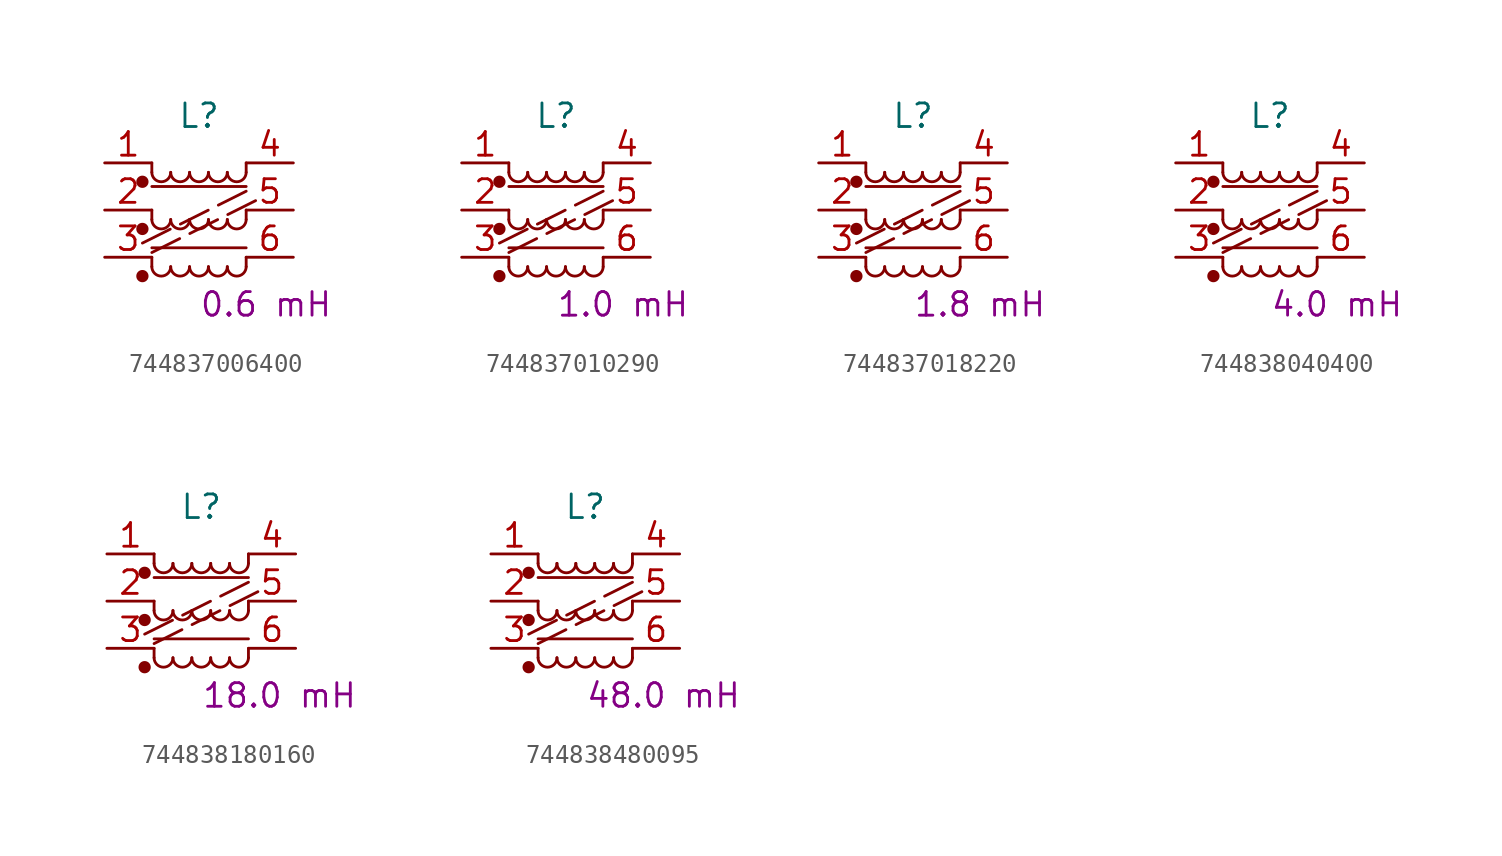
<source format=kicad_sym>
(kicad_symbol_lib
  (version 20220914)
  (generator kicad_symbol_editor)
  (symbol "744837006400"
    (pin_names hide)
    (property "Reference" "L"
      (at 0 5.08 0)
      (effects (font (size 1.27 1.27))))
    (property "Critical Parameter" "0.6 mH"
      (at 0 -5.08 0)
      (effects (font (size 1.27 1.27)) (justify left)))
    (symbol "744837006400_0_1"
      (circle (center -3.048 -3.556) (radius 0.254) (stroke (width 0) (type default)) (fill (type outline)))
      (circle (center -3.048 -1.016) (radius 0.254) (stroke (width 0) (type default)) (fill (type outline)))
      (circle (center -3.048 1.524) (radius 0.254) (stroke (width 0) (type default)) (fill (type outline)))
      (arc (start -2.54 -3.048) (mid -2.032 -3.5538) (end -1.524 -3.048) (stroke (width 0) (type default)) (fill (type none)))
      (arc (start -2.54 -0.508) (mid -2.032 -1.0138) (end -1.524 -0.508) (stroke (width 0) (type default)) (fill (type none)))
      (arc (start -2.54 2.032) (mid -2.032 1.5262) (end -1.524 2.032) (stroke (width 0) (type default)) (fill (type none)))
      (arc (start -1.524 -3.048) (mid -1.016 -3.5538) (end -0.508 -3.048) (stroke (width 0) (type default)) (fill (type none)))
      (arc (start -1.524 -0.508) (mid -1.016 -1.0138) (end -0.508 -0.508) (stroke (width 0) (type default)) (fill (type none)))
      (arc (start -1.524 2.032) (mid -1.016 1.5262) (end -0.508 2.032) (stroke (width 0) (type default)) (fill (type none)))
      (arc (start -0.508 -3.048) (mid 0 -3.5538) (end 0.508 -3.048) (stroke (width 0) (type default)) (fill (type none)))
      (arc (start -0.508 -0.508) (mid 0 -1.0138) (end 0.508 -0.508) (stroke (width 0) (type default)) (fill (type none)))
      (arc (start -0.508 2.032) (mid 0 1.5262) (end 0.508 2.032) (stroke (width 0) (type default)) (fill (type none)))
      (polyline (pts (xy -2.54 -3.048) (xy -2.54 -2.54)) (stroke (width 0) (type default)) (fill (type none)))
      (polyline (pts (xy -2.54 -0.508) (xy -2.54 0)) (stroke (width 0) (type default)) (fill (type none)))
      (polyline (pts (xy -2.54 1.27) (xy 2.54 1.27)) (stroke (width 0) (type default)) (fill (type none)))
      (polyline (pts (xy -2.54 2.032) (xy -2.54 2.54)) (stroke (width 0) (type default)) (fill (type none)))
      (polyline (pts (xy 2.54 -3.048) (xy 2.54 -2.54)) (stroke (width 0) (type default)) (fill (type none)))
      (polyline (pts (xy 2.54 -2.032) (xy -2.54 -2.032)) (stroke (width 0) (type default)) (fill (type none)))
      (polyline (pts (xy 2.54 0) (xy 2.54 -0.508)) (stroke (width 0) (type default)) (fill (type none)))
      (polyline (pts (xy 2.54 2.54) (xy 2.54 2.032)) (stroke (width 0) (type default)) (fill (type none)))
      (arc (start 0.508 -3.048) (mid 1.016 -3.5538) (end 1.524 -3.048) (stroke (width 0) (type default)) (fill (type none)))
      (arc (start 0.508 -0.508) (mid 1.016 -1.0138) (end 1.524 -0.508) (stroke (width 0) (type default)) (fill (type none)))
      (arc (start 0.508 2.032) (mid 1.016 1.5262) (end 1.524 2.032) (stroke (width 0) (type default)) (fill (type none)))
      (arc (start 1.524 -3.048) (mid 2.032 -3.5538) (end 2.54 -3.048) (stroke (width 0) (type default)) (fill (type none)))
      (arc (start 1.524 -0.508) (mid 2.032 -1.0138) (end 2.54 -0.508) (stroke (width 0) (type default)) (fill (type none)))
      (arc (start 1.524 2.032) (mid 2.032 1.5262) (end 2.54 2.032) (stroke (width 0) (type default)) (fill (type none))))
    (symbol "744837006400_1_1"
      (polyline (pts (xy -3.048 -1.778) (xy 3.048 1.27)) (stroke (width 0) (type dash)) (fill (type none)))
      (polyline (pts (xy -2.54 -2.286) (xy 3.048 0.508)) (stroke (width 0) (type dash)) (fill (type none)))
      (pin passive line (at -5.08 2.54 0) (length 2.54) (name "1" (effects (font (size 1.27 1.27)))) (number "1" (effects (font (size 1.27 1.27)))))
      (pin passive line (at -5.08 0 0) (length 2.54) (name "2" (effects (font (size 1.27 1.27)))) (number "2" (effects (font (size 1.27 1.27)))))
      (pin passive line (at -5.08 -2.54 0) (length 2.54) (name "3" (effects (font (size 1.27 1.27)))) (number "3" (effects (font (size 1.27 1.27)))))
      (pin passive line (at 5.08 2.54 180) (length 2.54) (name "4" (effects (font (size 1.27 1.27)))) (number "4" (effects (font (size 1.27 1.27)))))
      (pin passive line (at 5.08 0 180) (length 2.54) (name "5" (effects (font (size 1.27 1.27)))) (number "5" (effects (font (size 1.27 1.27)))))
      (pin passive line (at 5.08 -2.54 180) (length 2.54) (name "6" (effects (font (size 1.27 1.27)))) (number "6" (effects (font (size 1.27 1.27)))))))
  (symbol "744837010290"
    (pin_names hide)
    (property "Reference" "L"
      (at 0 5.08 0)
      (effects (font (size 1.27 1.27))))
    (property "Critical Parameter" "1.0 mH"
      (at 0 -5.08 0)
      (effects (font (size 1.27 1.27)) (justify left)))
    (symbol "744837010290_0_1"
      (circle (center -3.048 -3.556) (radius 0.254) (stroke (width 0) (type default)) (fill (type outline)))
      (circle (center -3.048 -1.016) (radius 0.254) (stroke (width 0) (type default)) (fill (type outline)))
      (circle (center -3.048 1.524) (radius 0.254) (stroke (width 0) (type default)) (fill (type outline)))
      (arc (start -2.54 -3.048) (mid -2.032 -3.5538) (end -1.524 -3.048) (stroke (width 0) (type default)) (fill (type none)))
      (arc (start -2.54 -0.508) (mid -2.032 -1.0138) (end -1.524 -0.508) (stroke (width 0) (type default)) (fill (type none)))
      (arc (start -2.54 2.032) (mid -2.032 1.5262) (end -1.524 2.032) (stroke (width 0) (type default)) (fill (type none)))
      (arc (start -1.524 -3.048) (mid -1.016 -3.5538) (end -0.508 -3.048) (stroke (width 0) (type default)) (fill (type none)))
      (arc (start -1.524 -0.508) (mid -1.016 -1.0138) (end -0.508 -0.508) (stroke (width 0) (type default)) (fill (type none)))
      (arc (start -1.524 2.032) (mid -1.016 1.5262) (end -0.508 2.032) (stroke (width 0) (type default)) (fill (type none)))
      (arc (start -0.508 -3.048) (mid 0 -3.5538) (end 0.508 -3.048) (stroke (width 0) (type default)) (fill (type none)))
      (arc (start -0.508 -0.508) (mid 0 -1.0138) (end 0.508 -0.508) (stroke (width 0) (type default)) (fill (type none)))
      (arc (start -0.508 2.032) (mid 0 1.5262) (end 0.508 2.032) (stroke (width 0) (type default)) (fill (type none)))
      (polyline (pts (xy -2.54 -3.048) (xy -2.54 -2.54)) (stroke (width 0) (type default)) (fill (type none)))
      (polyline (pts (xy -2.54 -0.508) (xy -2.54 0)) (stroke (width 0) (type default)) (fill (type none)))
      (polyline (pts (xy -2.54 1.27) (xy 2.54 1.27)) (stroke (width 0) (type default)) (fill (type none)))
      (polyline (pts (xy -2.54 2.032) (xy -2.54 2.54)) (stroke (width 0) (type default)) (fill (type none)))
      (polyline (pts (xy 2.54 -3.048) (xy 2.54 -2.54)) (stroke (width 0) (type default)) (fill (type none)))
      (polyline (pts (xy 2.54 -2.032) (xy -2.54 -2.032)) (stroke (width 0) (type default)) (fill (type none)))
      (polyline (pts (xy 2.54 0) (xy 2.54 -0.508)) (stroke (width 0) (type default)) (fill (type none)))
      (polyline (pts (xy 2.54 2.54) (xy 2.54 2.032)) (stroke (width 0) (type default)) (fill (type none)))
      (arc (start 0.508 -3.048) (mid 1.016 -3.5538) (end 1.524 -3.048) (stroke (width 0) (type default)) (fill (type none)))
      (arc (start 0.508 -0.508) (mid 1.016 -1.0138) (end 1.524 -0.508) (stroke (width 0) (type default)) (fill (type none)))
      (arc (start 0.508 2.032) (mid 1.016 1.5262) (end 1.524 2.032) (stroke (width 0) (type default)) (fill (type none)))
      (arc (start 1.524 -3.048) (mid 2.032 -3.5538) (end 2.54 -3.048) (stroke (width 0) (type default)) (fill (type none)))
      (arc (start 1.524 -0.508) (mid 2.032 -1.0138) (end 2.54 -0.508) (stroke (width 0) (type default)) (fill (type none)))
      (arc (start 1.524 2.032) (mid 2.032 1.5262) (end 2.54 2.032) (stroke (width 0) (type default)) (fill (type none))))
    (symbol "744837010290_1_1"
      (polyline (pts (xy -3.048 -1.778) (xy 3.048 1.27)) (stroke (width 0) (type dash)) (fill (type none)))
      (polyline (pts (xy -2.54 -2.286) (xy 3.048 0.508)) (stroke (width 0) (type dash)) (fill (type none)))
      (pin passive line (at -5.08 2.54 0) (length 2.54) (name "1" (effects (font (size 1.27 1.27)))) (number "1" (effects (font (size 1.27 1.27)))))
      (pin passive line (at -5.08 0 0) (length 2.54) (name "2" (effects (font (size 1.27 1.27)))) (number "2" (effects (font (size 1.27 1.27)))))
      (pin passive line (at -5.08 -2.54 0) (length 2.54) (name "3" (effects (font (size 1.27 1.27)))) (number "3" (effects (font (size 1.27 1.27)))))
      (pin passive line (at 5.08 2.54 180) (length 2.54) (name "4" (effects (font (size 1.27 1.27)))) (number "4" (effects (font (size 1.27 1.27)))))
      (pin passive line (at 5.08 0 180) (length 2.54) (name "5" (effects (font (size 1.27 1.27)))) (number "5" (effects (font (size 1.27 1.27)))))
      (pin passive line (at 5.08 -2.54 180) (length 2.54) (name "6" (effects (font (size 1.27 1.27)))) (number "6" (effects (font (size 1.27 1.27)))))))
  (symbol "744837018220"
    (pin_names hide)
    (property "Reference" "L"
      (at 0 5.08 0)
      (effects (font (size 1.27 1.27))))
    (property "Critical Parameter" "1.8 mH"
      (at 0 -5.08 0)
      (effects (font (size 1.27 1.27)) (justify left)))
    (symbol "744837018220_0_1"
      (circle (center -3.048 -3.556) (radius 0.254) (stroke (width 0) (type default)) (fill (type outline)))
      (circle (center -3.048 -1.016) (radius 0.254) (stroke (width 0) (type default)) (fill (type outline)))
      (circle (center -3.048 1.524) (radius 0.254) (stroke (width 0) (type default)) (fill (type outline)))
      (arc (start -2.54 -3.048) (mid -2.032 -3.5538) (end -1.524 -3.048) (stroke (width 0) (type default)) (fill (type none)))
      (arc (start -2.54 -0.508) (mid -2.032 -1.0138) (end -1.524 -0.508) (stroke (width 0) (type default)) (fill (type none)))
      (arc (start -2.54 2.032) (mid -2.032 1.5262) (end -1.524 2.032) (stroke (width 0) (type default)) (fill (type none)))
      (arc (start -1.524 -3.048) (mid -1.016 -3.5538) (end -0.508 -3.048) (stroke (width 0) (type default)) (fill (type none)))
      (arc (start -1.524 -0.508) (mid -1.016 -1.0138) (end -0.508 -0.508) (stroke (width 0) (type default)) (fill (type none)))
      (arc (start -1.524 2.032) (mid -1.016 1.5262) (end -0.508 2.032) (stroke (width 0) (type default)) (fill (type none)))
      (arc (start -0.508 -3.048) (mid 0 -3.5538) (end 0.508 -3.048) (stroke (width 0) (type default)) (fill (type none)))
      (arc (start -0.508 -0.508) (mid 0 -1.0138) (end 0.508 -0.508) (stroke (width 0) (type default)) (fill (type none)))
      (arc (start -0.508 2.032) (mid 0 1.5262) (end 0.508 2.032) (stroke (width 0) (type default)) (fill (type none)))
      (polyline (pts (xy -2.54 -3.048) (xy -2.54 -2.54)) (stroke (width 0) (type default)) (fill (type none)))
      (polyline (pts (xy -2.54 -0.508) (xy -2.54 0)) (stroke (width 0) (type default)) (fill (type none)))
      (polyline (pts (xy -2.54 1.27) (xy 2.54 1.27)) (stroke (width 0) (type default)) (fill (type none)))
      (polyline (pts (xy -2.54 2.032) (xy -2.54 2.54)) (stroke (width 0) (type default)) (fill (type none)))
      (polyline (pts (xy 2.54 -3.048) (xy 2.54 -2.54)) (stroke (width 0) (type default)) (fill (type none)))
      (polyline (pts (xy 2.54 -2.032) (xy -2.54 -2.032)) (stroke (width 0) (type default)) (fill (type none)))
      (polyline (pts (xy 2.54 0) (xy 2.54 -0.508)) (stroke (width 0) (type default)) (fill (type none)))
      (polyline (pts (xy 2.54 2.54) (xy 2.54 2.032)) (stroke (width 0) (type default)) (fill (type none)))
      (arc (start 0.508 -3.048) (mid 1.016 -3.5538) (end 1.524 -3.048) (stroke (width 0) (type default)) (fill (type none)))
      (arc (start 0.508 -0.508) (mid 1.016 -1.0138) (end 1.524 -0.508) (stroke (width 0) (type default)) (fill (type none)))
      (arc (start 0.508 2.032) (mid 1.016 1.5262) (end 1.524 2.032) (stroke (width 0) (type default)) (fill (type none)))
      (arc (start 1.524 -3.048) (mid 2.032 -3.5538) (end 2.54 -3.048) (stroke (width 0) (type default)) (fill (type none)))
      (arc (start 1.524 -0.508) (mid 2.032 -1.0138) (end 2.54 -0.508) (stroke (width 0) (type default)) (fill (type none)))
      (arc (start 1.524 2.032) (mid 2.032 1.5262) (end 2.54 2.032) (stroke (width 0) (type default)) (fill (type none))))
    (symbol "744837018220_1_1"
      (polyline (pts (xy -3.048 -1.778) (xy 3.048 1.27)) (stroke (width 0) (type dash)) (fill (type none)))
      (polyline (pts (xy -2.54 -2.286) (xy 3.048 0.508)) (stroke (width 0) (type dash)) (fill (type none)))
      (pin passive line (at -5.08 2.54 0) (length 2.54) (name "1" (effects (font (size 1.27 1.27)))) (number "1" (effects (font (size 1.27 1.27)))))
      (pin passive line (at -5.08 0 0) (length 2.54) (name "2" (effects (font (size 1.27 1.27)))) (number "2" (effects (font (size 1.27 1.27)))))
      (pin passive line (at -5.08 -2.54 0) (length 2.54) (name "3" (effects (font (size 1.27 1.27)))) (number "3" (effects (font (size 1.27 1.27)))))
      (pin passive line (at 5.08 2.54 180) (length 2.54) (name "4" (effects (font (size 1.27 1.27)))) (number "4" (effects (font (size 1.27 1.27)))))
      (pin passive line (at 5.08 0 180) (length 2.54) (name "5" (effects (font (size 1.27 1.27)))) (number "5" (effects (font (size 1.27 1.27)))))
      (pin passive line (at 5.08 -2.54 180) (length 2.54) (name "6" (effects (font (size 1.27 1.27)))) (number "6" (effects (font (size 1.27 1.27)))))))
  (symbol "744838040400"
    (pin_names hide)
    (property "Reference" "L"
      (at 0 5.08 0)
      (effects (font (size 1.27 1.27))))
    (property "Critical Parameter" "4.0 mH"
      (at 0 -5.08 0)
      (effects (font (size 1.27 1.27)) (justify left)))
    (symbol "744838040400_0_1"
      (circle (center -3.048 -3.556) (radius 0.254) (stroke (width 0) (type default)) (fill (type outline)))
      (circle (center -3.048 -1.016) (radius 0.254) (stroke (width 0) (type default)) (fill (type outline)))
      (circle (center -3.048 1.524) (radius 0.254) (stroke (width 0) (type default)) (fill (type outline)))
      (arc (start -2.54 -3.048) (mid -2.032 -3.5538) (end -1.524 -3.048) (stroke (width 0) (type default)) (fill (type none)))
      (arc (start -2.54 -0.508) (mid -2.032 -1.0138) (end -1.524 -0.508) (stroke (width 0) (type default)) (fill (type none)))
      (arc (start -2.54 2.032) (mid -2.032 1.5262) (end -1.524 2.032) (stroke (width 0) (type default)) (fill (type none)))
      (arc (start -1.524 -3.048) (mid -1.016 -3.5538) (end -0.508 -3.048) (stroke (width 0) (type default)) (fill (type none)))
      (arc (start -1.524 -0.508) (mid -1.016 -1.0138) (end -0.508 -0.508) (stroke (width 0) (type default)) (fill (type none)))
      (arc (start -1.524 2.032) (mid -1.016 1.5262) (end -0.508 2.032) (stroke (width 0) (type default)) (fill (type none)))
      (arc (start -0.508 -3.048) (mid 0 -3.5538) (end 0.508 -3.048) (stroke (width 0) (type default)) (fill (type none)))
      (arc (start -0.508 -0.508) (mid 0 -1.0138) (end 0.508 -0.508) (stroke (width 0) (type default)) (fill (type none)))
      (arc (start -0.508 2.032) (mid 0 1.5262) (end 0.508 2.032) (stroke (width 0) (type default)) (fill (type none)))
      (polyline (pts (xy -2.54 -3.048) (xy -2.54 -2.54)) (stroke (width 0) (type default)) (fill (type none)))
      (polyline (pts (xy -2.54 -0.508) (xy -2.54 0)) (stroke (width 0) (type default)) (fill (type none)))
      (polyline (pts (xy -2.54 1.27) (xy 2.54 1.27)) (stroke (width 0) (type default)) (fill (type none)))
      (polyline (pts (xy -2.54 2.032) (xy -2.54 2.54)) (stroke (width 0) (type default)) (fill (type none)))
      (polyline (pts (xy 2.54 -3.048) (xy 2.54 -2.54)) (stroke (width 0) (type default)) (fill (type none)))
      (polyline (pts (xy 2.54 -2.032) (xy -2.54 -2.032)) (stroke (width 0) (type default)) (fill (type none)))
      (polyline (pts (xy 2.54 0) (xy 2.54 -0.508)) (stroke (width 0) (type default)) (fill (type none)))
      (polyline (pts (xy 2.54 2.54) (xy 2.54 2.032)) (stroke (width 0) (type default)) (fill (type none)))
      (arc (start 0.508 -3.048) (mid 1.016 -3.5538) (end 1.524 -3.048) (stroke (width 0) (type default)) (fill (type none)))
      (arc (start 0.508 -0.508) (mid 1.016 -1.0138) (end 1.524 -0.508) (stroke (width 0) (type default)) (fill (type none)))
      (arc (start 0.508 2.032) (mid 1.016 1.5262) (end 1.524 2.032) (stroke (width 0) (type default)) (fill (type none)))
      (arc (start 1.524 -3.048) (mid 2.032 -3.5538) (end 2.54 -3.048) (stroke (width 0) (type default)) (fill (type none)))
      (arc (start 1.524 -0.508) (mid 2.032 -1.0138) (end 2.54 -0.508) (stroke (width 0) (type default)) (fill (type none)))
      (arc (start 1.524 2.032) (mid 2.032 1.5262) (end 2.54 2.032) (stroke (width 0) (type default)) (fill (type none))))
    (symbol "744838040400_1_1"
      (polyline (pts (xy -3.048 -1.778) (xy 3.048 1.27)) (stroke (width 0) (type dash)) (fill (type none)))
      (polyline (pts (xy -2.54 -2.286) (xy 3.048 0.508)) (stroke (width 0) (type dash)) (fill (type none)))
      (pin passive line (at -5.08 2.54 0) (length 2.54) (name "1" (effects (font (size 1.27 1.27)))) (number "1" (effects (font (size 1.27 1.27)))))
      (pin passive line (at -5.08 0 0) (length 2.54) (name "2" (effects (font (size 1.27 1.27)))) (number "2" (effects (font (size 1.27 1.27)))))
      (pin passive line (at -5.08 -2.54 0) (length 2.54) (name "3" (effects (font (size 1.27 1.27)))) (number "3" (effects (font (size 1.27 1.27)))))
      (pin passive line (at 5.08 2.54 180) (length 2.54) (name "4" (effects (font (size 1.27 1.27)))) (number "4" (effects (font (size 1.27 1.27)))))
      (pin passive line (at 5.08 0 180) (length 2.54) (name "5" (effects (font (size 1.27 1.27)))) (number "5" (effects (font (size 1.27 1.27)))))
      (pin passive line (at 5.08 -2.54 180) (length 2.54) (name "6" (effects (font (size 1.27 1.27)))) (number "6" (effects (font (size 1.27 1.27)))))))
  (symbol "744838180160"
    (pin_names hide)
    (property "Reference" "L"
      (at 0 5.08 0)
      (effects (font (size 1.27 1.27))))
    (property "Critical Parameter" "18.0 mH"
      (at 0 -5.08 0)
      (effects (font (size 1.27 1.27)) (justify left)))
    (symbol "744838180160_0_1"
      (circle (center -3.048 -3.556) (radius 0.254) (stroke (width 0) (type default)) (fill (type outline)))
      (circle (center -3.048 -1.016) (radius 0.254) (stroke (width 0) (type default)) (fill (type outline)))
      (circle (center -3.048 1.524) (radius 0.254) (stroke (width 0) (type default)) (fill (type outline)))
      (arc (start -2.54 -3.048) (mid -2.032 -3.5538) (end -1.524 -3.048) (stroke (width 0) (type default)) (fill (type none)))
      (arc (start -2.54 -0.508) (mid -2.032 -1.0138) (end -1.524 -0.508) (stroke (width 0) (type default)) (fill (type none)))
      (arc (start -2.54 2.032) (mid -2.032 1.5262) (end -1.524 2.032) (stroke (width 0) (type default)) (fill (type none)))
      (arc (start -1.524 -3.048) (mid -1.016 -3.5538) (end -0.508 -3.048) (stroke (width 0) (type default)) (fill (type none)))
      (arc (start -1.524 -0.508) (mid -1.016 -1.0138) (end -0.508 -0.508) (stroke (width 0) (type default)) (fill (type none)))
      (arc (start -1.524 2.032) (mid -1.016 1.5262) (end -0.508 2.032) (stroke (width 0) (type default)) (fill (type none)))
      (arc (start -0.508 -3.048) (mid 0 -3.5538) (end 0.508 -3.048) (stroke (width 0) (type default)) (fill (type none)))
      (arc (start -0.508 -0.508) (mid 0 -1.0138) (end 0.508 -0.508) (stroke (width 0) (type default)) (fill (type none)))
      (arc (start -0.508 2.032) (mid 0 1.5262) (end 0.508 2.032) (stroke (width 0) (type default)) (fill (type none)))
      (polyline (pts (xy -2.54 -3.048) (xy -2.54 -2.54)) (stroke (width 0) (type default)) (fill (type none)))
      (polyline (pts (xy -2.54 -0.508) (xy -2.54 0)) (stroke (width 0) (type default)) (fill (type none)))
      (polyline (pts (xy -2.54 1.27) (xy 2.54 1.27)) (stroke (width 0) (type default)) (fill (type none)))
      (polyline (pts (xy -2.54 2.032) (xy -2.54 2.54)) (stroke (width 0) (type default)) (fill (type none)))
      (polyline (pts (xy 2.54 -3.048) (xy 2.54 -2.54)) (stroke (width 0) (type default)) (fill (type none)))
      (polyline (pts (xy 2.54 -2.032) (xy -2.54 -2.032)) (stroke (width 0) (type default)) (fill (type none)))
      (polyline (pts (xy 2.54 0) (xy 2.54 -0.508)) (stroke (width 0) (type default)) (fill (type none)))
      (polyline (pts (xy 2.54 2.54) (xy 2.54 2.032)) (stroke (width 0) (type default)) (fill (type none)))
      (arc (start 0.508 -3.048) (mid 1.016 -3.5538) (end 1.524 -3.048) (stroke (width 0) (type default)) (fill (type none)))
      (arc (start 0.508 -0.508) (mid 1.016 -1.0138) (end 1.524 -0.508) (stroke (width 0) (type default)) (fill (type none)))
      (arc (start 0.508 2.032) (mid 1.016 1.5262) (end 1.524 2.032) (stroke (width 0) (type default)) (fill (type none)))
      (arc (start 1.524 -3.048) (mid 2.032 -3.5538) (end 2.54 -3.048) (stroke (width 0) (type default)) (fill (type none)))
      (arc (start 1.524 -0.508) (mid 2.032 -1.0138) (end 2.54 -0.508) (stroke (width 0) (type default)) (fill (type none)))
      (arc (start 1.524 2.032) (mid 2.032 1.5262) (end 2.54 2.032) (stroke (width 0) (type default)) (fill (type none))))
    (symbol "744838180160_1_1"
      (polyline (pts (xy -3.048 -1.778) (xy 3.048 1.27)) (stroke (width 0) (type dash)) (fill (type none)))
      (polyline (pts (xy -2.54 -2.286) (xy 3.048 0.508)) (stroke (width 0) (type dash)) (fill (type none)))
      (pin passive line (at -5.08 2.54 0) (length 2.54) (name "1" (effects (font (size 1.27 1.27)))) (number "1" (effects (font (size 1.27 1.27)))))
      (pin passive line (at -5.08 0 0) (length 2.54) (name "2" (effects (font (size 1.27 1.27)))) (number "2" (effects (font (size 1.27 1.27)))))
      (pin passive line (at -5.08 -2.54 0) (length 2.54) (name "3" (effects (font (size 1.27 1.27)))) (number "3" (effects (font (size 1.27 1.27)))))
      (pin passive line (at 5.08 2.54 180) (length 2.54) (name "4" (effects (font (size 1.27 1.27)))) (number "4" (effects (font (size 1.27 1.27)))))
      (pin passive line (at 5.08 0 180) (length 2.54) (name "5" (effects (font (size 1.27 1.27)))) (number "5" (effects (font (size 1.27 1.27)))))
      (pin passive line (at 5.08 -2.54 180) (length 2.54) (name "6" (effects (font (size 1.27 1.27)))) (number "6" (effects (font (size 1.27 1.27)))))))
  (symbol "744838480095"
    (pin_names hide)
    (property "Reference" "L"
      (at 0 5.08 0)
      (effects (font (size 1.27 1.27))))
    (property "Critical Parameter" "48.0 mH"
      (at 0 -5.08 0)
      (effects (font (size 1.27 1.27)) (justify left)))
    (symbol "744838480095_0_1"
      (circle (center -3.048 -3.556) (radius 0.254) (stroke (width 0) (type default)) (fill (type outline)))
      (circle (center -3.048 -1.016) (radius 0.254) (stroke (width 0) (type default)) (fill (type outline)))
      (circle (center -3.048 1.524) (radius 0.254) (stroke (width 0) (type default)) (fill (type outline)))
      (arc (start -2.54 -3.048) (mid -2.032 -3.5538) (end -1.524 -3.048) (stroke (width 0) (type default)) (fill (type none)))
      (arc (start -2.54 -0.508) (mid -2.032 -1.0138) (end -1.524 -0.508) (stroke (width 0) (type default)) (fill (type none)))
      (arc (start -2.54 2.032) (mid -2.032 1.5262) (end -1.524 2.032) (stroke (width 0) (type default)) (fill (type none)))
      (arc (start -1.524 -3.048) (mid -1.016 -3.5538) (end -0.508 -3.048) (stroke (width 0) (type default)) (fill (type none)))
      (arc (start -1.524 -0.508) (mid -1.016 -1.0138) (end -0.508 -0.508) (stroke (width 0) (type default)) (fill (type none)))
      (arc (start -1.524 2.032) (mid -1.016 1.5262) (end -0.508 2.032) (stroke (width 0) (type default)) (fill (type none)))
      (arc (start -0.508 -3.048) (mid 0 -3.5538) (end 0.508 -3.048) (stroke (width 0) (type default)) (fill (type none)))
      (arc (start -0.508 -0.508) (mid 0 -1.0138) (end 0.508 -0.508) (stroke (width 0) (type default)) (fill (type none)))
      (arc (start -0.508 2.032) (mid 0 1.5262) (end 0.508 2.032) (stroke (width 0) (type default)) (fill (type none)))
      (polyline (pts (xy -2.54 -3.048) (xy -2.54 -2.54)) (stroke (width 0) (type default)) (fill (type none)))
      (polyline (pts (xy -2.54 -0.508) (xy -2.54 0)) (stroke (width 0) (type default)) (fill (type none)))
      (polyline (pts (xy -2.54 1.27) (xy 2.54 1.27)) (stroke (width 0) (type default)) (fill (type none)))
      (polyline (pts (xy -2.54 2.032) (xy -2.54 2.54)) (stroke (width 0) (type default)) (fill (type none)))
      (polyline (pts (xy 2.54 -3.048) (xy 2.54 -2.54)) (stroke (width 0) (type default)) (fill (type none)))
      (polyline (pts (xy 2.54 -2.032) (xy -2.54 -2.032)) (stroke (width 0) (type default)) (fill (type none)))
      (polyline (pts (xy 2.54 0) (xy 2.54 -0.508)) (stroke (width 0) (type default)) (fill (type none)))
      (polyline (pts (xy 2.54 2.54) (xy 2.54 2.032)) (stroke (width 0) (type default)) (fill (type none)))
      (arc (start 0.508 -3.048) (mid 1.016 -3.5538) (end 1.524 -3.048) (stroke (width 0) (type default)) (fill (type none)))
      (arc (start 0.508 -0.508) (mid 1.016 -1.0138) (end 1.524 -0.508) (stroke (width 0) (type default)) (fill (type none)))
      (arc (start 0.508 2.032) (mid 1.016 1.5262) (end 1.524 2.032) (stroke (width 0) (type default)) (fill (type none)))
      (arc (start 1.524 -3.048) (mid 2.032 -3.5538) (end 2.54 -3.048) (stroke (width 0) (type default)) (fill (type none)))
      (arc (start 1.524 -0.508) (mid 2.032 -1.0138) (end 2.54 -0.508) (stroke (width 0) (type default)) (fill (type none)))
      (arc (start 1.524 2.032) (mid 2.032 1.5262) (end 2.54 2.032) (stroke (width 0) (type default)) (fill (type none))))
    (symbol "744838480095_1_1"
      (polyline (pts (xy -3.048 -1.778) (xy 3.048 1.27)) (stroke (width 0) (type dash)) (fill (type none)))
      (polyline (pts (xy -2.54 -2.286) (xy 3.048 0.508)) (stroke (width 0) (type dash)) (fill (type none)))
      (pin passive line (at -5.08 2.54 0) (length 2.54) (name "1" (effects (font (size 1.27 1.27)))) (number "1" (effects (font (size 1.27 1.27)))))
      (pin passive line (at -5.08 0 0) (length 2.54) (name "2" (effects (font (size 1.27 1.27)))) (number "2" (effects (font (size 1.27 1.27)))))
      (pin passive line (at -5.08 -2.54 0) (length 2.54) (name "3" (effects (font (size 1.27 1.27)))) (number "3" (effects (font (size 1.27 1.27)))))
      (pin passive line (at 5.08 2.54 180) (length 2.54) (name "4" (effects (font (size 1.27 1.27)))) (number "4" (effects (font (size 1.27 1.27)))))
      (pin passive line (at 5.08 0 180) (length 2.54) (name "5" (effects (font (size 1.27 1.27)))) (number "5" (effects (font (size 1.27 1.27)))))
      (pin passive line (at 5.08 -2.54 180) (length 2.54) (name "6" (effects (font (size 1.27 1.27)))) (number "6" (effects (font (size 1.27 1.27))))))))
</source>
